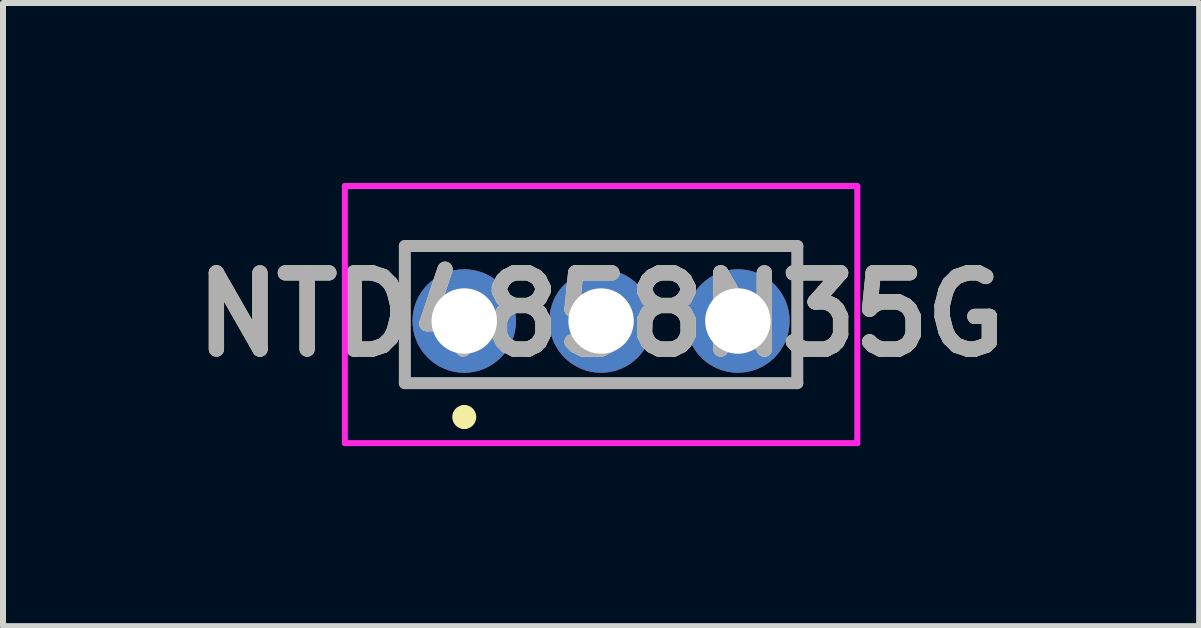
<source format=kicad_pcb>
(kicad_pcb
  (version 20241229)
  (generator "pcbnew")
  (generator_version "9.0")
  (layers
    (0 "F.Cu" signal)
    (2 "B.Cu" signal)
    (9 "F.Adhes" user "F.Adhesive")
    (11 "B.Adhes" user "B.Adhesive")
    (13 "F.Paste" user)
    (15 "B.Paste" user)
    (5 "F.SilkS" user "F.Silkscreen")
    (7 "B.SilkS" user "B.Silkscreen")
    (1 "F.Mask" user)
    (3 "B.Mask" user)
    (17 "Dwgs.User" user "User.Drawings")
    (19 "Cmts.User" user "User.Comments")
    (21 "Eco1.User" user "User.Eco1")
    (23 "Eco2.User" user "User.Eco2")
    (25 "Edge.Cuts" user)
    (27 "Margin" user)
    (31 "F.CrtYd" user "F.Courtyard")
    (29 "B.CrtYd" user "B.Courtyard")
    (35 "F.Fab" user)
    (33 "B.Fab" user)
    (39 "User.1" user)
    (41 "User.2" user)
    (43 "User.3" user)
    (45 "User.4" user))
  (footprint "NTD4858N35G"
    (layer "F.Cu")
    (at 4.687 2.3)
    (property "Reference" "NTD4858N35G" (at 2.28 -0.107 0) (layer "F.SilkS") (effects (font (size 1.27 1.27) (thickness 0.254))))
    (attr through_hole)
    (fp_line (start -1 -1.25) (end 5.6 -1.25) (stroke (width 0.1) (type solid)) (layer "F.SilkS"))
    (fp_line (start 0 1.5) (end 0 1.5) (stroke (width 0.2) (type solid)) (layer "F.SilkS"))
    (fp_line (start 0 1.7) (end 0 1.7) (stroke (width 0.2) (type solid)) (layer "F.SilkS"))
    (fp_line (start 1.2 1.035) (end 1.6 1.035) (stroke (width 0.1) (type solid)) (layer "F.SilkS"))
    (fp_line (start 3 1.035) (end 3.8 1.035) (stroke (width 0.1) (type solid)) (layer "F.SilkS"))
    (fp_arc (start 0 1.5) (mid 0.1 1.6) (end 0 1.7) (stroke (width 0.2) (type solid)) (layer "F.SilkS"))
    (fp_arc (start 0 1.7) (mid -0.1 1.6) (end 0 1.5) (stroke (width 0.2) (type solid)) (layer "F.SilkS"))
    (fp_line (start -1.99 -2.25) (end 6.55 -2.25) (stroke (width 0.1) (type solid)) (layer "F.CrtYd"))
    (fp_line (start -1.99 2.035) (end -1.99 -2.25) (stroke (width 0.1) (type solid)) (layer "F.CrtYd"))
    (fp_line (start 6.55 -2.25) (end 6.55 2.035) (stroke (width 0.1) (type solid)) (layer "F.CrtYd"))
    (fp_line (start 6.55 2.035) (end -1.99 2.035) (stroke (width 0.1) (type solid)) (layer "F.CrtYd"))
    (fp_line (start -0.99 -1.25) (end 5.55 -1.25) (stroke (width 0.2) (type solid)) (layer "F.Fab"))
    (fp_line (start -0.99 1.035) (end -0.99 -1.25) (stroke (width 0.2) (type solid)) (layer "F.Fab"))
    (fp_line (start 5.55 -1.25) (end 5.55 1.035) (stroke (width 0.2) (type solid)) (layer "F.Fab"))
    (fp_line (start 5.55 1.035) (end -0.99 1.035) (stroke (width 0.2) (type solid)) (layer "F.Fab"))
    (fp_text user "${REFERENCE}" (at 2.28 -0.107 0) (layer "F.Fab") (effects (font (size 1.27 1.27) (thickness 0.254))))
    (pad "1" thru_hole circle (at 0 0) (size 1.725 1.725) (drill 1.09) (layers "*.Cu" "*.Mask"))
    (pad "2" thru_hole circle (at 2.28 0) (size 1.725 1.725) (drill 1.09) (layers "*.Cu" "*.Mask"))
    (pad "3" thru_hole circle (at 4.56 0) (size 1.725 1.725) (drill 1.09) (layers "*.Cu" "*.Mask")))
  (gr_rect
    (start -3 -3)
    (end 16.934 7.385)
    (stroke (width 0.1) (type default))
    (fill no)
    (layer "Edge.Cuts")))
</source>
